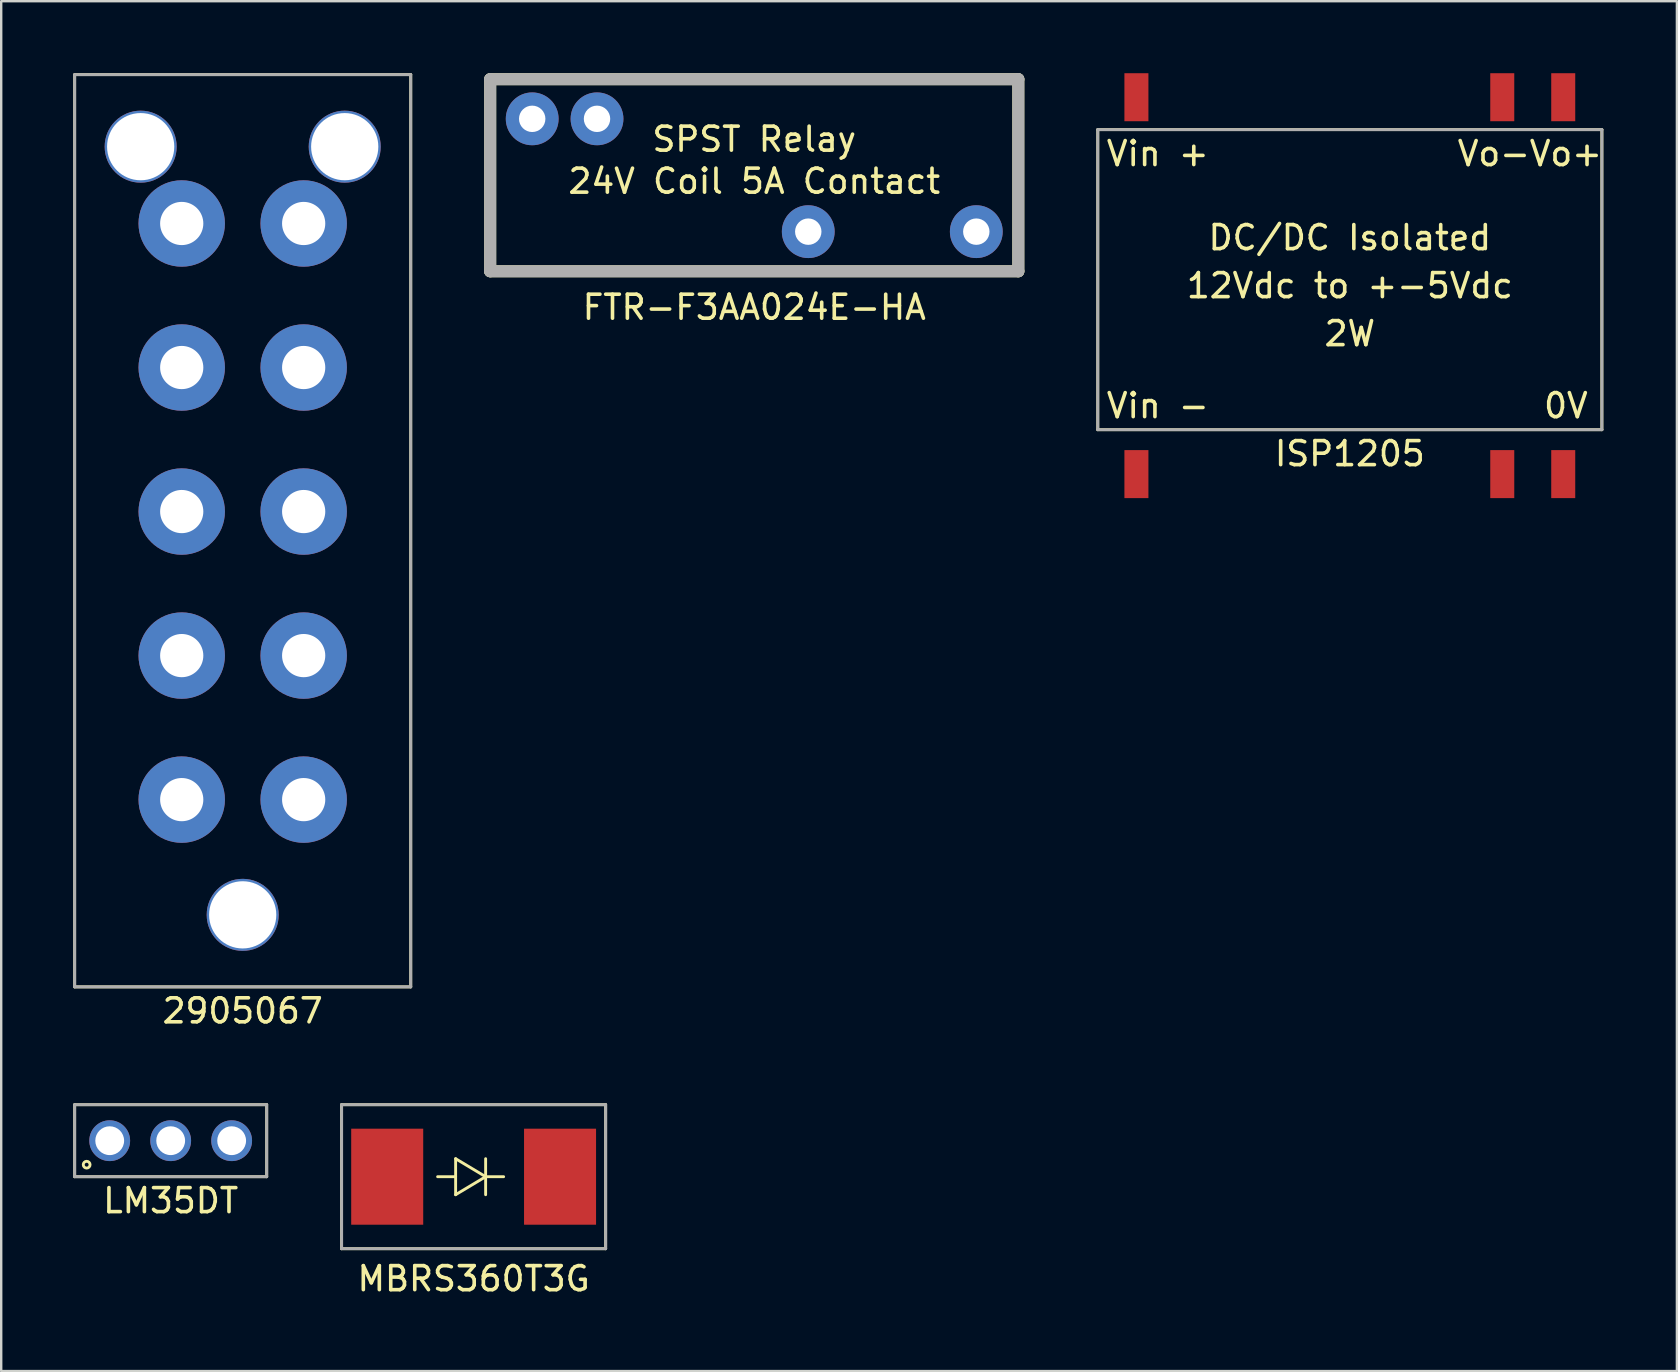
<source format=kicad_pcb>
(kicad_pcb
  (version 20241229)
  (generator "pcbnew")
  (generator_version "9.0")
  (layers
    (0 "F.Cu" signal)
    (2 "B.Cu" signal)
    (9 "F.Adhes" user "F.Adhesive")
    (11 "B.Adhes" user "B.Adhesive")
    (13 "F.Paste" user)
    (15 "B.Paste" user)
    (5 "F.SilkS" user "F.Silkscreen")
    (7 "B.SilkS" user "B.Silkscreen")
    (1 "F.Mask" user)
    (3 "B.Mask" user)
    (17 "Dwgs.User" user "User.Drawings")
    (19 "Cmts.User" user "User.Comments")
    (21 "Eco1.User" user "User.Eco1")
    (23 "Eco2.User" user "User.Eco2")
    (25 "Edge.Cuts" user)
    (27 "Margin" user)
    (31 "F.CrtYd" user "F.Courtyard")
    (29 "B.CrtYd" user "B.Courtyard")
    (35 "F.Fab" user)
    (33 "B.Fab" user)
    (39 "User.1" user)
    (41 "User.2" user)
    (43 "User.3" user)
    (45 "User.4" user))
  (footprint "MBRS360T3G"
    (layer "F.Cu")
    (at 16.68 45.968)
    (property "Reference" "MBRS360T3G" (at 0 4.25 0) (layer "F.SilkS") (effects (font (size 1 1) (thickness 0.15))))
    (attr through_hole)
    (fp_line (start -5.5 -3) (end -5.5 3) (stroke (width 0.12) (type solid)) (layer "F.SilkS"))
    (fp_line (start -5.5 -3) (end 5.5 -3) (stroke (width 0.12) (type solid)) (layer "F.SilkS"))
    (fp_line (start -0.75 -0.75) (end -0.75 0.75) (stroke (width 0.12) (type solid)) (layer "F.SilkS"))
    (fp_line (start -0.75 0) (end -1.5 0) (stroke (width 0.12) (type solid)) (layer "F.SilkS"))
    (fp_line (start -0.75 0.75) (end 0.5 0) (stroke (width 0.12) (type solid)) (layer "F.SilkS"))
    (fp_line (start 0.5 -0.75) (end 0.5 0.75) (stroke (width 0.12) (type solid)) (layer "F.SilkS"))
    (fp_line (start 0.5 0) (end -0.75 -0.75) (stroke (width 0.12) (type solid)) (layer "F.SilkS"))
    (fp_line (start 0.5 0) (end 1.25 0) (stroke (width 0.12) (type solid)) (layer "F.SilkS"))
    (fp_line (start 5.5 -3) (end 5.5 3) (stroke (width 0.12) (type solid)) (layer "F.SilkS"))
    (fp_line (start 5.5 3) (end -5.5 3) (stroke (width 0.12) (type solid)) (layer "F.SilkS"))
    (fp_line (start -5.5 -3) (end -5.5 3) (stroke (width 0.12) (type solid)) (layer "F.Fab"))
    (fp_line (start -5.5 -3) (end 5.5 -3) (stroke (width 0.12) (type solid)) (layer "F.Fab"))
    (fp_line (start 5.5 -3) (end 5.5 3) (stroke (width 0.12) (type solid)) (layer "F.Fab"))
    (fp_line (start 5.5 3) (end -5.5 3) (stroke (width 0.12) (type solid)) (layer "F.Fab"))
    (pad "1" smd rect (at -3.6 0) (size 3 4) (layers "F.Cu" "F.Mask"))
    (pad "2" smd rect (at 3.6 0) (size 3 4) (layers "F.Cu" "F.Mask")))
  (footprint "FTR-F3AA024E-HA"
    (layer "F.Cu")
    (at 28.37 4.25)
    (property "Reference" "FTR-F3AA024E-HA" (at 0 5.5 0) (layer "F.SilkS") (effects (font (size 1 1) (thickness 0.15))))
    (attr through_hole)
    (fp_line (start -11 -4) (end -11 4) (stroke (width 0.5) (type solid)) (layer "F.SilkS"))
    (fp_line (start -11 -4) (end 11 -4) (stroke (width 0.5) (type solid)) (layer "F.SilkS"))
    (fp_line (start -11 4) (end 11 4) (stroke (width 0.5) (type solid)) (layer "F.SilkS"))
    (fp_line (start 11 -4) (end 11 4) (stroke (width 0.5) (type solid)) (layer "F.SilkS"))
    (fp_line (start -11 -4) (end -11 4) (stroke (width 0.5) (type solid)) (layer "F.Fab"))
    (fp_line (start -11 -4) (end 11 -4) (stroke (width 0.5) (type solid)) (layer "F.Fab"))
    (fp_line (start -11 4) (end 11 4) (stroke (width 0.5) (type solid)) (layer "F.Fab"))
    (fp_line (start 11 -4) (end 11 4) (stroke (width 0.5) (type solid)) (layer "F.Fab"))
    (fp_text user "24V Coil 5A Contact" (at 0 0.25 0) (layer "F.SilkS") (effects (font (size 1 1) (thickness 0.15))))
    (fp_text user "SPST Relay" (at 0 -1.5 0) (layer "F.SilkS") (effects (font (size 1 1) (thickness 0.15))))
    (pad "1" thru_hole circle (at -9.25 -2.35) (size 2.2 2.2) (drill 1.1) (layers "*.Cu" "*.Mask"))
    (pad "2" thru_hole circle (at -6.55 -2.35) (size 2.2 2.2) (drill 1.1) (layers "*.Cu" "*.Mask"))
    (pad "3" thru_hole circle (at 2.25 2.35) (size 2.2 2.2) (drill 1.1) (layers "*.Cu" "*.Mask"))
    (pad "4" thru_hole circle (at 9.25 2.35) (size 2.2 2.2) (drill 1.1) (layers "*.Cu" "*.Mask")))
  (footprint "2905067"
    (layer "F.Cu")
    (at 7.06 19.06)
    (property "Reference" "2905067" (at 0 20 0) (layer "F.SilkS") (effects (font (size 1 1) (thickness 0.15))))
    (attr through_hole)
    (fp_line (start -7 -19) (end 7 -19) (stroke (width 0.12) (type solid)) (layer "F.SilkS"))
    (fp_line (start -7 19) (end -7 -19) (stroke (width 0.12) (type solid)) (layer "F.SilkS"))
    (fp_line (start 7 -19) (end 7 19) (stroke (width 0.12) (type solid)) (layer "F.SilkS"))
    (fp_line (start 7 19) (end -7 19) (stroke (width 0.12) (type solid)) (layer "F.SilkS"))
    (fp_line (start -7 -19) (end 7 -19) (stroke (width 0.12) (type solid)) (layer "F.Fab"))
    (fp_line (start -7 19) (end -7 -19) (stroke (width 0.12) (type solid)) (layer "F.Fab"))
    (fp_line (start 7 -19) (end 7 19) (stroke (width 0.12) (type solid)) (layer "F.Fab"))
    (fp_line (start 7 19) (end -7 19) (stroke (width 0.12) (type solid)) (layer "F.Fab"))
    (pad "" thru_hole circle (at -4.25 -16) (size 3 3) (drill 2.8) (layers "*.Cu" "*.Mask"))
    (pad "" thru_hole circle (at 0 16) (size 3 3) (drill 2.8) (layers "*.Cu" "*.Mask"))
    (pad "" thru_hole circle (at 4.25 -16) (size 3 3) (drill 2.8) (layers "*.Cu" "*.Mask"))
    (pad "1" thru_hole circle (at -2.54 -12.8) (size 3.6 3.6) (drill 1.8) (layers "*.Cu" "*.Mask"))
    (pad "1" thru_hole circle (at 2.54 -12.8) (size 3.6 3.6) (drill 1.8) (layers "*.Cu" "*.Mask"))
    (pad "2" thru_hole circle (at -2.54 -6.8) (size 3.6 3.6) (drill 1.8) (layers "*.Cu" "*.Mask"))
    (pad "2" thru_hole circle (at 2.54 -6.8) (size 3.6 3.6) (drill 1.8) (layers "*.Cu" "*.Mask"))
    (pad "3" thru_hole circle (at -2.54 -0.8) (size 3.6 3.6) (drill 1.8) (layers "*.Cu" "*.Mask"))
    (pad "3" thru_hole circle (at 2.54 -0.8) (size 3.6 3.6) (drill 1.8) (layers "*.Cu" "*.Mask"))
    (pad "4" thru_hole circle (at -2.54 5.2) (size 3.6 3.6) (drill 1.8) (layers "*.Cu" "*.Mask"))
    (pad "4" thru_hole circle (at 2.54 5.2) (size 3.6 3.6) (drill 1.8) (layers "*.Cu" "*.Mask"))
    (pad "5" thru_hole circle (at -2.54 11.2) (size 3.6 3.6) (drill 1.8) (layers "*.Cu" "*.Mask"))
    (pad "5" thru_hole circle (at 2.54 11.2) (size 3.6 3.6) (drill 1.8) (layers "*.Cu" "*.Mask")))
  (footprint "ISP1205"
    (layer "F.Cu")
    (at 53.18 8.85)
    (property "Reference" "ISP1205" (at 0 7 0) (layer "F.SilkS") (effects (font (size 1 1) (thickness 0.15))))
    (attr through_hole)
    (fp_line (start -10.5 -6.5) (end 10.5 -6.5) (stroke (width 0.12) (type solid)) (layer "F.SilkS"))
    (fp_line (start -10.5 6) (end -10.5 -6.5) (stroke (width 0.12) (type solid)) (layer "F.SilkS"))
    (fp_line (start 10.5 -6.5) (end 10.5 6) (stroke (width 0.12) (type solid)) (layer "F.SilkS"))
    (fp_line (start 10.5 6) (end -10.5 6) (stroke (width 0.12) (type solid)) (layer "F.SilkS"))
    (fp_line (start -10.5 -6.5) (end -10.5 6) (stroke (width 0.12) (type solid)) (layer "F.Fab"))
    (fp_line (start -10.5 6) (end 10.5 6) (stroke (width 0.12) (type solid)) (layer "F.Fab"))
    (fp_line (start 10.5 -6.5) (end -10.5 -6.5) (stroke (width 0.12) (type solid)) (layer "F.Fab"))
    (fp_line (start 10.5 6) (end 10.5 -6.5) (stroke (width 0.12) (type solid)) (layer "F.Fab"))
    (fp_text user "Vin +" (at -8 -5.5 0) (layer "F.SilkS") (effects (font (size 1 1) (thickness 0.15))))
    (fp_text user "Vin -" (at -8 5 0) (layer "F.SilkS") (effects (font (size 1 1) (thickness 0.15))))
    (fp_text user "2W" (at 0 2 0) (layer "F.SilkS") (effects (font (size 1 1) (thickness 0.15))))
    (fp_text user "0V" (at 9 5 0) (layer "F.SilkS") (effects (font (size 1 1) (thickness 0.15))))
    (fp_text user "Vo-" (at 6 -5.5 0) (layer "F.SilkS") (effects (font (size 1 1) (thickness 0.15))))
    (fp_text user "Vo+" (at 9 -5.5 0) (layer "F.SilkS") (effects (font (size 1 1) (thickness 0.15))))
    (fp_text user "12Vdc to +-5Vdc" (at 0 0 0) (layer "F.SilkS") (effects (font (size 1 1) (thickness 0.15))))
    (fp_text user "DC/DC Isolated" (at 0 -2 0) (layer "F.SilkS") (effects (font (size 1 1) (thickness 0.15))))
    (pad "" smd rect (at 6.35 7.85 90) (size 2 1) (layers "F.Cu" "F.Mask"))
    (pad "1" smd rect (at -8.89 -7.85 90) (size 2 1) (layers "F.Cu" "F.Mask"))
    (pad "2" smd rect (at -8.89 7.85 90) (size 2 1) (layers "F.Cu" "F.Mask"))
    (pad "3" smd rect (at 6.35 -7.85 90) (size 2 1) (layers "F.Cu" "F.Mask"))
    (pad "4" smd rect (at 8.89 7.85 90) (size 2 1) (layers "F.Cu" "F.Mask"))
    (pad "5" smd rect (at 8.89 -7.85 90) (size 2 1) (layers "F.Cu" "F.Mask")))
  (footprint "LM35DT"
    (layer "F.Cu")
    (at 4.06 44.468)
    (property "Reference" "LM35DT" (at 0 2.5 0) (layer "F.SilkS") (effects (font (size 1 1) (thickness 0.15))))
    (attr through_hole)
    (fp_line (start -4 -1.5) (end 4 -1.5) (stroke (width 0.12) (type solid)) (layer "F.SilkS"))
    (fp_line (start -4 1.5) (end -4 -1.5) (stroke (width 0.12) (type solid)) (layer "F.SilkS"))
    (fp_line (start 4 -1.5) (end 4 1.5) (stroke (width 0.12) (type solid)) (layer "F.SilkS"))
    (fp_line (start 4 1.5) (end -4 1.5) (stroke (width 0.12) (type solid)) (layer "F.SilkS"))
    (fp_circle (center -3.5 1) (end -3.4 1.1) (stroke (width 0.12) (type solid)) (fill no) (layer "F.SilkS"))
    (fp_line (start -4 -1.5) (end -4 1.5) (stroke (width 0.12) (type solid)) (layer "F.Fab"))
    (fp_line (start -4 1.5) (end 4 1.5) (stroke (width 0.12) (type solid)) (layer "F.Fab"))
    (fp_line (start 4 -1.5) (end -4 -1.5) (stroke (width 0.12) (type solid)) (layer "F.Fab"))
    (fp_line (start 4 1.5) (end 4 -1.5) (stroke (width 0.12) (type solid)) (layer "F.Fab"))
    (pad "1" thru_hole circle (at -2.54 0) (size 1.7 1.7) (drill 1.2) (layers "*.Cu" "*.Mask"))
    (pad "2" thru_hole circle (at 0 0) (size 1.7 1.7) (drill 1.2) (layers "*.Cu" "*.Mask"))
    (pad "3" thru_hole circle (at 2.54 0) (size 1.7 1.7) (drill 1.2) (layers "*.Cu" "*.Mask")))
  (gr_rect
    (start -3 -3)
    (end 66.805 54.066)
    (stroke (width 0.1) (type default))
    (fill no)
    (layer "Edge.Cuts")))
</source>
